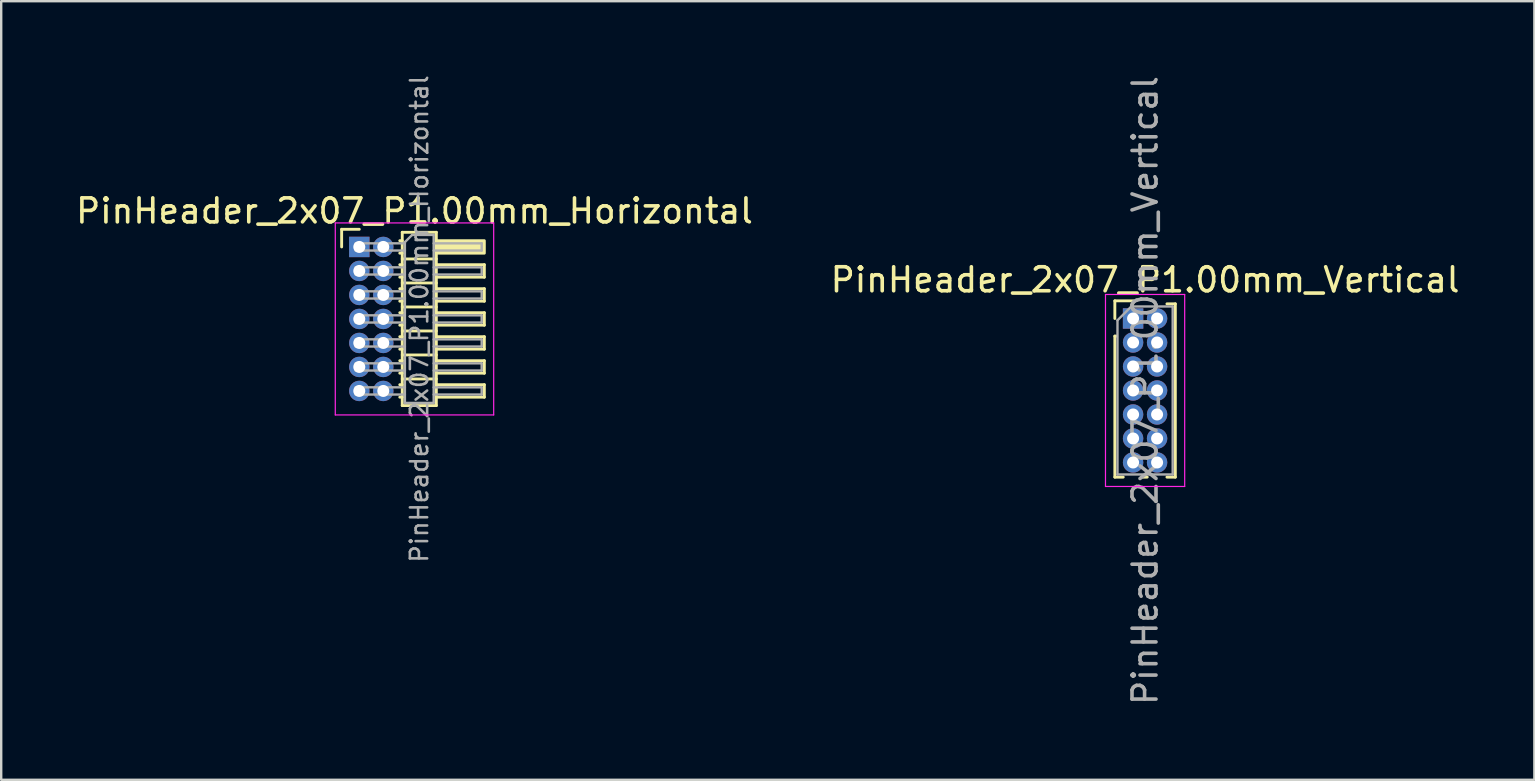
<source format=kicad_pcb>
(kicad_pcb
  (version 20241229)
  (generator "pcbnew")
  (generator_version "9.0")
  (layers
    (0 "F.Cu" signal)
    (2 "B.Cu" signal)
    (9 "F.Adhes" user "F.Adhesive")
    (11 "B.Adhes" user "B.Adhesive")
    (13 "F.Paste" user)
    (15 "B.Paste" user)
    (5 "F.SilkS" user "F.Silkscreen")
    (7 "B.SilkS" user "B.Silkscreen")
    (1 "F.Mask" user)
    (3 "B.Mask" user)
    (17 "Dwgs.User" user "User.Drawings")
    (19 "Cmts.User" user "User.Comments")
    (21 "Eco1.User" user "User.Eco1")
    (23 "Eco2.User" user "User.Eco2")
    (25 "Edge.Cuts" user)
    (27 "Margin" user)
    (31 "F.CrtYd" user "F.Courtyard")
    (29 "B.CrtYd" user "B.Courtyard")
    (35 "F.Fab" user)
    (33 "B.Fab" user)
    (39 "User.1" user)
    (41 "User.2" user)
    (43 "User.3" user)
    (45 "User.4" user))
  (footprint "PinHeader_2x07_P1.00mm_Horizontal"
    (layer "F.Cu")
    (at 11.92 7.239)
    (property "Reference" "PinHeader_2x07_P1.00mm_Horizontal" (at 2.3 -1.5 0) (layer "F.SilkS") (effects (font (size 1 1) (thickness 0.15))))
    (attr through_hole)
    (fp_line (start -0.735 -0.735) (end 0 -0.735) (stroke (width 0.12) (type solid)) (layer "F.SilkS"))
    (fp_line (start -0.735 0) (end -0.735 -0.735) (stroke (width 0.12) (type solid)) (layer "F.SilkS"))
    (fp_line (start 1.687 -0.26) (end 1.79 -0.26) (stroke (width 0.12) (type solid)) (layer "F.SilkS"))
    (fp_line (start 1.687 0.26) (end 1.79 0.26) (stroke (width 0.12) (type solid)) (layer "F.SilkS"))
    (fp_line (start 1.687 0.74) (end 1.79 0.74) (stroke (width 0.12) (type solid)) (layer "F.SilkS"))
    (fp_line (start 1.687 1.26) (end 1.79 1.26) (stroke (width 0.12) (type solid)) (layer "F.SilkS"))
    (fp_line (start 1.687 1.74) (end 1.79 1.74) (stroke (width 0.12) (type solid)) (layer "F.SilkS"))
    (fp_line (start 1.687 2.26) (end 1.79 2.26) (stroke (width 0.12) (type solid)) (layer "F.SilkS"))
    (fp_line (start 1.687 2.74) (end 1.79 2.74) (stroke (width 0.12) (type solid)) (layer "F.SilkS"))
    (fp_line (start 1.687 3.26) (end 1.79 3.26) (stroke (width 0.12) (type solid)) (layer "F.SilkS"))
    (fp_line (start 1.687 3.74) (end 1.79 3.74) (stroke (width 0.12) (type solid)) (layer "F.SilkS"))
    (fp_line (start 1.687 4.26) (end 1.79 4.26) (stroke (width 0.12) (type solid)) (layer "F.SilkS"))
    (fp_line (start 1.687 4.74) (end 1.79 4.74) (stroke (width 0.12) (type solid)) (layer "F.SilkS"))
    (fp_line (start 1.687 5.26) (end 1.79 5.26) (stroke (width 0.12) (type solid)) (layer "F.SilkS"))
    (fp_line (start 1.687 5.74) (end 1.79 5.74) (stroke (width 0.12) (type solid)) (layer "F.SilkS"))
    (fp_line (start 1.687 6.26) (end 1.79 6.26) (stroke (width 0.12) (type solid)) (layer "F.SilkS"))
    (fp_line (start 1.79 -0.61) (end 1.79 6.61) (stroke (width 0.12) (type solid)) (layer "F.SilkS"))
    (fp_line (start 1.79 0.5) (end 3.21 0.5) (stroke (width 0.12) (type solid)) (layer "F.SilkS"))
    (fp_line (start 1.79 1.5) (end 3.21 1.5) (stroke (width 0.12) (type solid)) (layer "F.SilkS"))
    (fp_line (start 1.79 2.5) (end 3.21 2.5) (stroke (width 0.12) (type solid)) (layer "F.SilkS"))
    (fp_line (start 1.79 3.5) (end 3.21 3.5) (stroke (width 0.12) (type solid)) (layer "F.SilkS"))
    (fp_line (start 1.79 4.5) (end 3.21 4.5) (stroke (width 0.12) (type solid)) (layer "F.SilkS"))
    (fp_line (start 1.79 5.5) (end 3.21 5.5) (stroke (width 0.12) (type solid)) (layer "F.SilkS"))
    (fp_line (start 1.79 6.61) (end 3.21 6.61) (stroke (width 0.12) (type solid)) (layer "F.SilkS"))
    (fp_line (start 3.21 -0.61) (end 1.79 -0.61) (stroke (width 0.12) (type solid)) (layer "F.SilkS"))
    (fp_line (start 3.21 0.74) (end 5.21 0.74) (stroke (width 0.12) (type solid)) (layer "F.SilkS"))
    (fp_line (start 3.21 1.74) (end 5.21 1.74) (stroke (width 0.12) (type solid)) (layer "F.SilkS"))
    (fp_line (start 3.21 2.74) (end 5.21 2.74) (stroke (width 0.12) (type solid)) (layer "F.SilkS"))
    (fp_line (start 3.21 3.74) (end 5.21 3.74) (stroke (width 0.12) (type solid)) (layer "F.SilkS"))
    (fp_line (start 3.21 4.74) (end 5.21 4.74) (stroke (width 0.12) (type solid)) (layer "F.SilkS"))
    (fp_line (start 3.21 5.74) (end 5.21 5.74) (stroke (width 0.12) (type solid)) (layer "F.SilkS"))
    (fp_line (start 3.21 6.61) (end 3.21 -0.61) (stroke (width 0.12) (type solid)) (layer "F.SilkS"))
    (fp_line (start 5.21 0.74) (end 5.21 1.26) (stroke (width 0.12) (type solid)) (layer "F.SilkS"))
    (fp_line (start 5.21 1.26) (end 3.21 1.26) (stroke (width 0.12) (type solid)) (layer "F.SilkS"))
    (fp_line (start 5.21 1.74) (end 5.21 2.26) (stroke (width 0.12) (type solid)) (layer "F.SilkS"))
    (fp_line (start 5.21 2.26) (end 3.21 2.26) (stroke (width 0.12) (type solid)) (layer "F.SilkS"))
    (fp_line (start 5.21 2.74) (end 5.21 3.26) (stroke (width 0.12) (type solid)) (layer "F.SilkS"))
    (fp_line (start 5.21 3.26) (end 3.21 3.26) (stroke (width 0.12) (type solid)) (layer "F.SilkS"))
    (fp_line (start 5.21 3.74) (end 5.21 4.26) (stroke (width 0.12) (type solid)) (layer "F.SilkS"))
    (fp_line (start 5.21 4.26) (end 3.21 4.26) (stroke (width 0.12) (type solid)) (layer "F.SilkS"))
    (fp_line (start 5.21 4.74) (end 5.21 5.26) (stroke (width 0.12) (type solid)) (layer "F.SilkS"))
    (fp_line (start 5.21 5.26) (end 3.21 5.26) (stroke (width 0.12) (type solid)) (layer "F.SilkS"))
    (fp_line (start 5.21 5.74) (end 5.21 6.26) (stroke (width 0.12) (type solid)) (layer "F.SilkS"))
    (fp_line (start 5.21 6.26) (end 3.21 6.26) (stroke (width 0.12) (type solid)) (layer "F.SilkS"))
    (fp_rect (start 3.21 -0.26) (end 5.21 0.26) (stroke (width 0.12) (type solid)) (fill yes) (layer "F.SilkS"))
    (fp_line (start -1 -1) (end -1 7) (stroke (width 0.05) (type solid)) (layer "F.CrtYd"))
    (fp_line (start -1 7) (end 5.6 7) (stroke (width 0.05) (type solid)) (layer "F.CrtYd"))
    (fp_line (start 5.6 -1) (end -1 -1) (stroke (width 0.05) (type solid)) (layer "F.CrtYd"))
    (fp_line (start 5.6 7) (end 5.6 -1) (stroke (width 0.05) (type solid)) (layer "F.CrtYd"))
    (fp_line (start -0.15 -0.15) (end -0.15 0.15) (stroke (width 0.1) (type solid)) (layer "F.Fab"))
    (fp_line (start -0.15 -0.15) (end 1.9 -0.15) (stroke (width 0.1) (type solid)) (layer "F.Fab"))
    (fp_line (start -0.15 0.15) (end 1.9 0.15) (stroke (width 0.1) (type solid)) (layer "F.Fab"))
    (fp_line (start -0.15 0.85) (end -0.15 1.15) (stroke (width 0.1) (type solid)) (layer "F.Fab"))
    (fp_line (start -0.15 0.85) (end 1.9 0.85) (stroke (width 0.1) (type solid)) (layer "F.Fab"))
    (fp_line (start -0.15 1.15) (end 1.9 1.15) (stroke (width 0.1) (type solid)) (layer "F.Fab"))
    (fp_line (start -0.15 1.85) (end -0.15 2.15) (stroke (width 0.1) (type solid)) (layer "F.Fab"))
    (fp_line (start -0.15 1.85) (end 1.9 1.85) (stroke (width 0.1) (type solid)) (layer "F.Fab"))
    (fp_line (start -0.15 2.15) (end 1.9 2.15) (stroke (width 0.1) (type solid)) (layer "F.Fab"))
    (fp_line (start -0.15 2.85) (end -0.15 3.15) (stroke (width 0.1) (type solid)) (layer "F.Fab"))
    (fp_line (start -0.15 2.85) (end 1.9 2.85) (stroke (width 0.1) (type solid)) (layer "F.Fab"))
    (fp_line (start -0.15 3.15) (end 1.9 3.15) (stroke (width 0.1) (type solid)) (layer "F.Fab"))
    (fp_line (start -0.15 3.85) (end -0.15 4.15) (stroke (width 0.1) (type solid)) (layer "F.Fab"))
    (fp_line (start -0.15 3.85) (end 1.9 3.85) (stroke (width 0.1) (type solid)) (layer "F.Fab"))
    (fp_line (start -0.15 4.15) (end 1.9 4.15) (stroke (width 0.1) (type solid)) (layer "F.Fab"))
    (fp_line (start -0.15 4.85) (end -0.15 5.15) (stroke (width 0.1) (type solid)) (layer "F.Fab"))
    (fp_line (start -0.15 4.85) (end 1.9 4.85) (stroke (width 0.1) (type solid)) (layer "F.Fab"))
    (fp_line (start -0.15 5.15) (end 1.9 5.15) (stroke (width 0.1) (type solid)) (layer "F.Fab"))
    (fp_line (start -0.15 5.85) (end -0.15 6.15) (stroke (width 0.1) (type solid)) (layer "F.Fab"))
    (fp_line (start -0.15 5.85) (end 1.9 5.85) (stroke (width 0.1) (type solid)) (layer "F.Fab"))
    (fp_line (start -0.15 6.15) (end 1.9 6.15) (stroke (width 0.1) (type solid)) (layer "F.Fab"))
    (fp_line (start 1.9 -0.2) (end 2.2 -0.5) (stroke (width 0.1) (type solid)) (layer "F.Fab"))
    (fp_line (start 1.9 6.5) (end 1.9 -0.2) (stroke (width 0.1) (type solid)) (layer "F.Fab"))
    (fp_line (start 2.2 -0.5) (end 3.1 -0.5) (stroke (width 0.1) (type solid)) (layer "F.Fab"))
    (fp_line (start 3.1 -0.5) (end 3.1 6.5) (stroke (width 0.1) (type solid)) (layer "F.Fab"))
    (fp_line (start 3.1 -0.15) (end 5.1 -0.15) (stroke (width 0.1) (type solid)) (layer "F.Fab"))
    (fp_line (start 3.1 0.15) (end 5.1 0.15) (stroke (width 0.1) (type solid)) (layer "F.Fab"))
    (fp_line (start 3.1 0.85) (end 5.1 0.85) (stroke (width 0.1) (type solid)) (layer "F.Fab"))
    (fp_line (start 3.1 1.15) (end 5.1 1.15) (stroke (width 0.1) (type solid)) (layer "F.Fab"))
    (fp_line (start 3.1 1.85) (end 5.1 1.85) (stroke (width 0.1) (type solid)) (layer "F.Fab"))
    (fp_line (start 3.1 2.15) (end 5.1 2.15) (stroke (width 0.1) (type solid)) (layer "F.Fab"))
    (fp_line (start 3.1 2.85) (end 5.1 2.85) (stroke (width 0.1) (type solid)) (layer "F.Fab"))
    (fp_line (start 3.1 3.15) (end 5.1 3.15) (stroke (width 0.1) (type solid)) (layer "F.Fab"))
    (fp_line (start 3.1 3.85) (end 5.1 3.85) (stroke (width 0.1) (type solid)) (layer "F.Fab"))
    (fp_line (start 3.1 4.15) (end 5.1 4.15) (stroke (width 0.1) (type solid)) (layer "F.Fab"))
    (fp_line (start 3.1 4.85) (end 5.1 4.85) (stroke (width 0.1) (type solid)) (layer "F.Fab"))
    (fp_line (start 3.1 5.15) (end 5.1 5.15) (stroke (width 0.1) (type solid)) (layer "F.Fab"))
    (fp_line (start 3.1 5.85) (end 5.1 5.85) (stroke (width 0.1) (type solid)) (layer "F.Fab"))
    (fp_line (start 3.1 6.15) (end 5.1 6.15) (stroke (width 0.1) (type solid)) (layer "F.Fab"))
    (fp_line (start 3.1 6.5) (end 1.9 6.5) (stroke (width 0.1) (type solid)) (layer "F.Fab"))
    (fp_line (start 5.1 -0.15) (end 5.1 0.15) (stroke (width 0.1) (type solid)) (layer "F.Fab"))
    (fp_line (start 5.1 0.85) (end 5.1 1.15) (stroke (width 0.1) (type solid)) (layer "F.Fab"))
    (fp_line (start 5.1 1.85) (end 5.1 2.15) (stroke (width 0.1) (type solid)) (layer "F.Fab"))
    (fp_line (start 5.1 2.85) (end 5.1 3.15) (stroke (width 0.1) (type solid)) (layer "F.Fab"))
    (fp_line (start 5.1 3.85) (end 5.1 4.15) (stroke (width 0.1) (type solid)) (layer "F.Fab"))
    (fp_line (start 5.1 4.85) (end 5.1 5.15) (stroke (width 0.1) (type solid)) (layer "F.Fab"))
    (fp_line (start 5.1 5.85) (end 5.1 6.15) (stroke (width 0.1) (type solid)) (layer "F.Fab"))
    (fp_text user "${REFERENCE}" (at 2.5 3 90) (layer "F.Fab") (effects (font (size 0.72 0.72) (thickness 0.108))))
    (pad "1" thru_hole rect (at 0 0) (size 0.85 0.85) (drill 0.5) (layers "*.Cu" "*.Mask"))
    (pad "2" thru_hole circle (at 1 0) (size 0.85 0.85) (drill 0.5) (layers "*.Cu" "*.Mask"))
    (pad "3" thru_hole circle (at 0 1) (size 0.85 0.85) (drill 0.5) (layers "*.Cu" "*.Mask"))
    (pad "4" thru_hole circle (at 1 1) (size 0.85 0.85) (drill 0.5) (layers "*.Cu" "*.Mask"))
    (pad "5" thru_hole circle (at 0 2) (size 0.85 0.85) (drill 0.5) (layers "*.Cu" "*.Mask"))
    (pad "6" thru_hole circle (at 1 2) (size 0.85 0.85) (drill 0.5) (layers "*.Cu" "*.Mask"))
    (pad "7" thru_hole circle (at 0 3) (size 0.85 0.85) (drill 0.5) (layers "*.Cu" "*.Mask"))
    (pad "8" thru_hole circle (at 1 3) (size 0.85 0.85) (drill 0.5) (layers "*.Cu" "*.Mask"))
    (pad "9" thru_hole circle (at 0 4) (size 0.85 0.85) (drill 0.5) (layers "*.Cu" "*.Mask"))
    (pad "10" thru_hole circle (at 1 4) (size 0.85 0.85) (drill 0.5) (layers "*.Cu" "*.Mask"))
    (pad "11" thru_hole circle (at 0 5) (size 0.85 0.85) (drill 0.5) (layers "*.Cu" "*.Mask"))
    (pad "12" thru_hole circle (at 1 5) (size 0.85 0.85) (drill 0.5) (layers "*.Cu" "*.Mask"))
    (pad "13" thru_hole circle (at 0 6) (size 0.85 0.85) (drill 0.5) (layers "*.Cu" "*.Mask"))
    (pad "14" thru_hole circle (at 1 6) (size 0.85 0.85) (drill 0.5) (layers "*.Cu" "*.Mask")))
  (footprint "PinHeader_2x07_P1.00mm_Vertical"
    (layer "F.Cu")
    (at 44.161 10.22)
    (property "Reference" "PinHeader_2x07_P1.00mm_Vertical" (at 0.5 -1.61 0) (layer "F.SilkS") (effects (font (size 1 1) (thickness 0.15))))
    (attr through_hole)
    (fp_line (start -0.76 -0.735) (end 0 -0.735) (stroke (width 0.12) (type solid)) (layer "F.SilkS"))
    (fp_line (start -0.76 0) (end -0.76 -0.735) (stroke (width 0.12) (type solid)) (layer "F.SilkS"))
    (fp_line (start -0.76 0.735) (end -0.76 6.61) (stroke (width 0.12) (type solid)) (layer "F.SilkS"))
    (fp_line (start -0.76 0.735) (end -0.686 0.735) (stroke (width 0.12) (type solid)) (layer "F.SilkS"))
    (fp_line (start -0.76 6.61) (end -0.41 6.61) (stroke (width 0.12) (type solid)) (layer "F.SilkS"))
    (fp_line (start 0.41 6.61) (end 0.59 6.61) (stroke (width 0.12) (type solid)) (layer "F.SilkS"))
    (fp_line (start 1.41 -0.61) (end 1.76 -0.61) (stroke (width 0.12) (type solid)) (layer "F.SilkS"))
    (fp_line (start 1.41 6.61) (end 1.76 6.61) (stroke (width 0.12) (type solid)) (layer "F.SilkS"))
    (fp_line (start 1.76 -0.61) (end 1.76 6.61) (stroke (width 0.12) (type solid)) (layer "F.SilkS"))
    (fp_line (start -1.15 -1) (end -1.15 7) (stroke (width 0.05) (type solid)) (layer "F.CrtYd"))
    (fp_line (start -1.15 7) (end 2.15 7) (stroke (width 0.05) (type solid)) (layer "F.CrtYd"))
    (fp_line (start 2.15 -1) (end -1.15 -1) (stroke (width 0.05) (type solid)) (layer "F.CrtYd"))
    (fp_line (start 2.15 7) (end 2.15 -1) (stroke (width 0.05) (type solid)) (layer "F.CrtYd"))
    (fp_line (start -0.65 0.075) (end -0.075 -0.5) (stroke (width 0.1) (type solid)) (layer "F.Fab"))
    (fp_line (start -0.65 6.5) (end -0.65 0.075) (stroke (width 0.1) (type solid)) (layer "F.Fab"))
    (fp_line (start -0.075 -0.5) (end 1.65 -0.5) (stroke (width 0.1) (type solid)) (layer "F.Fab"))
    (fp_line (start 1.65 -0.5) (end 1.65 6.5) (stroke (width 0.1) (type solid)) (layer "F.Fab"))
    (fp_line (start 1.65 6.5) (end -0.65 6.5) (stroke (width 0.1) (type solid)) (layer "F.Fab"))
    (fp_text user "${REFERENCE}" (at 0.5 3 90) (layer "F.Fab") (effects (font (size 1 1) (thickness 0.15))))
    (pad "1" thru_hole rect (at 0 0) (size 0.85 0.85) (drill 0.5) (layers "*.Cu" "*.Mask"))
    (pad "2" thru_hole circle (at 1 0) (size 0.85 0.85) (drill 0.5) (layers "*.Cu" "*.Mask"))
    (pad "3" thru_hole circle (at 0 1) (size 0.85 0.85) (drill 0.5) (layers "*.Cu" "*.Mask"))
    (pad "4" thru_hole circle (at 1 1) (size 0.85 0.85) (drill 0.5) (layers "*.Cu" "*.Mask"))
    (pad "5" thru_hole circle (at 0 2) (size 0.85 0.85) (drill 0.5) (layers "*.Cu" "*.Mask"))
    (pad "6" thru_hole circle (at 1 2) (size 0.85 0.85) (drill 0.5) (layers "*.Cu" "*.Mask"))
    (pad "7" thru_hole circle (at 0 3) (size 0.85 0.85) (drill 0.5) (layers "*.Cu" "*.Mask"))
    (pad "8" thru_hole circle (at 1 3) (size 0.85 0.85) (drill 0.5) (layers "*.Cu" "*.Mask"))
    (pad "9" thru_hole circle (at 0 4) (size 0.85 0.85) (drill 0.5) (layers "*.Cu" "*.Mask"))
    (pad "10" thru_hole circle (at 1 4) (size 0.85 0.85) (drill 0.5) (layers "*.Cu" "*.Mask"))
    (pad "11" thru_hole circle (at 0 5) (size 0.85 0.85) (drill 0.5) (layers "*.Cu" "*.Mask"))
    (pad "12" thru_hole circle (at 1 5) (size 0.85 0.85) (drill 0.5) (layers "*.Cu" "*.Mask"))
    (pad "13" thru_hole circle (at 0 6) (size 0.85 0.85) (drill 0.5) (layers "*.Cu" "*.Mask"))
    (pad "14" thru_hole circle (at 1 6) (size 0.85 0.85) (drill 0.5) (layers "*.Cu" "*.Mask")))
  (gr_rect
    (start -3 -3)
    (end 60.881 29.44)
    (stroke (width 0.1) (type default))
    (fill no)
    (layer "Edge.Cuts")))
</source>
